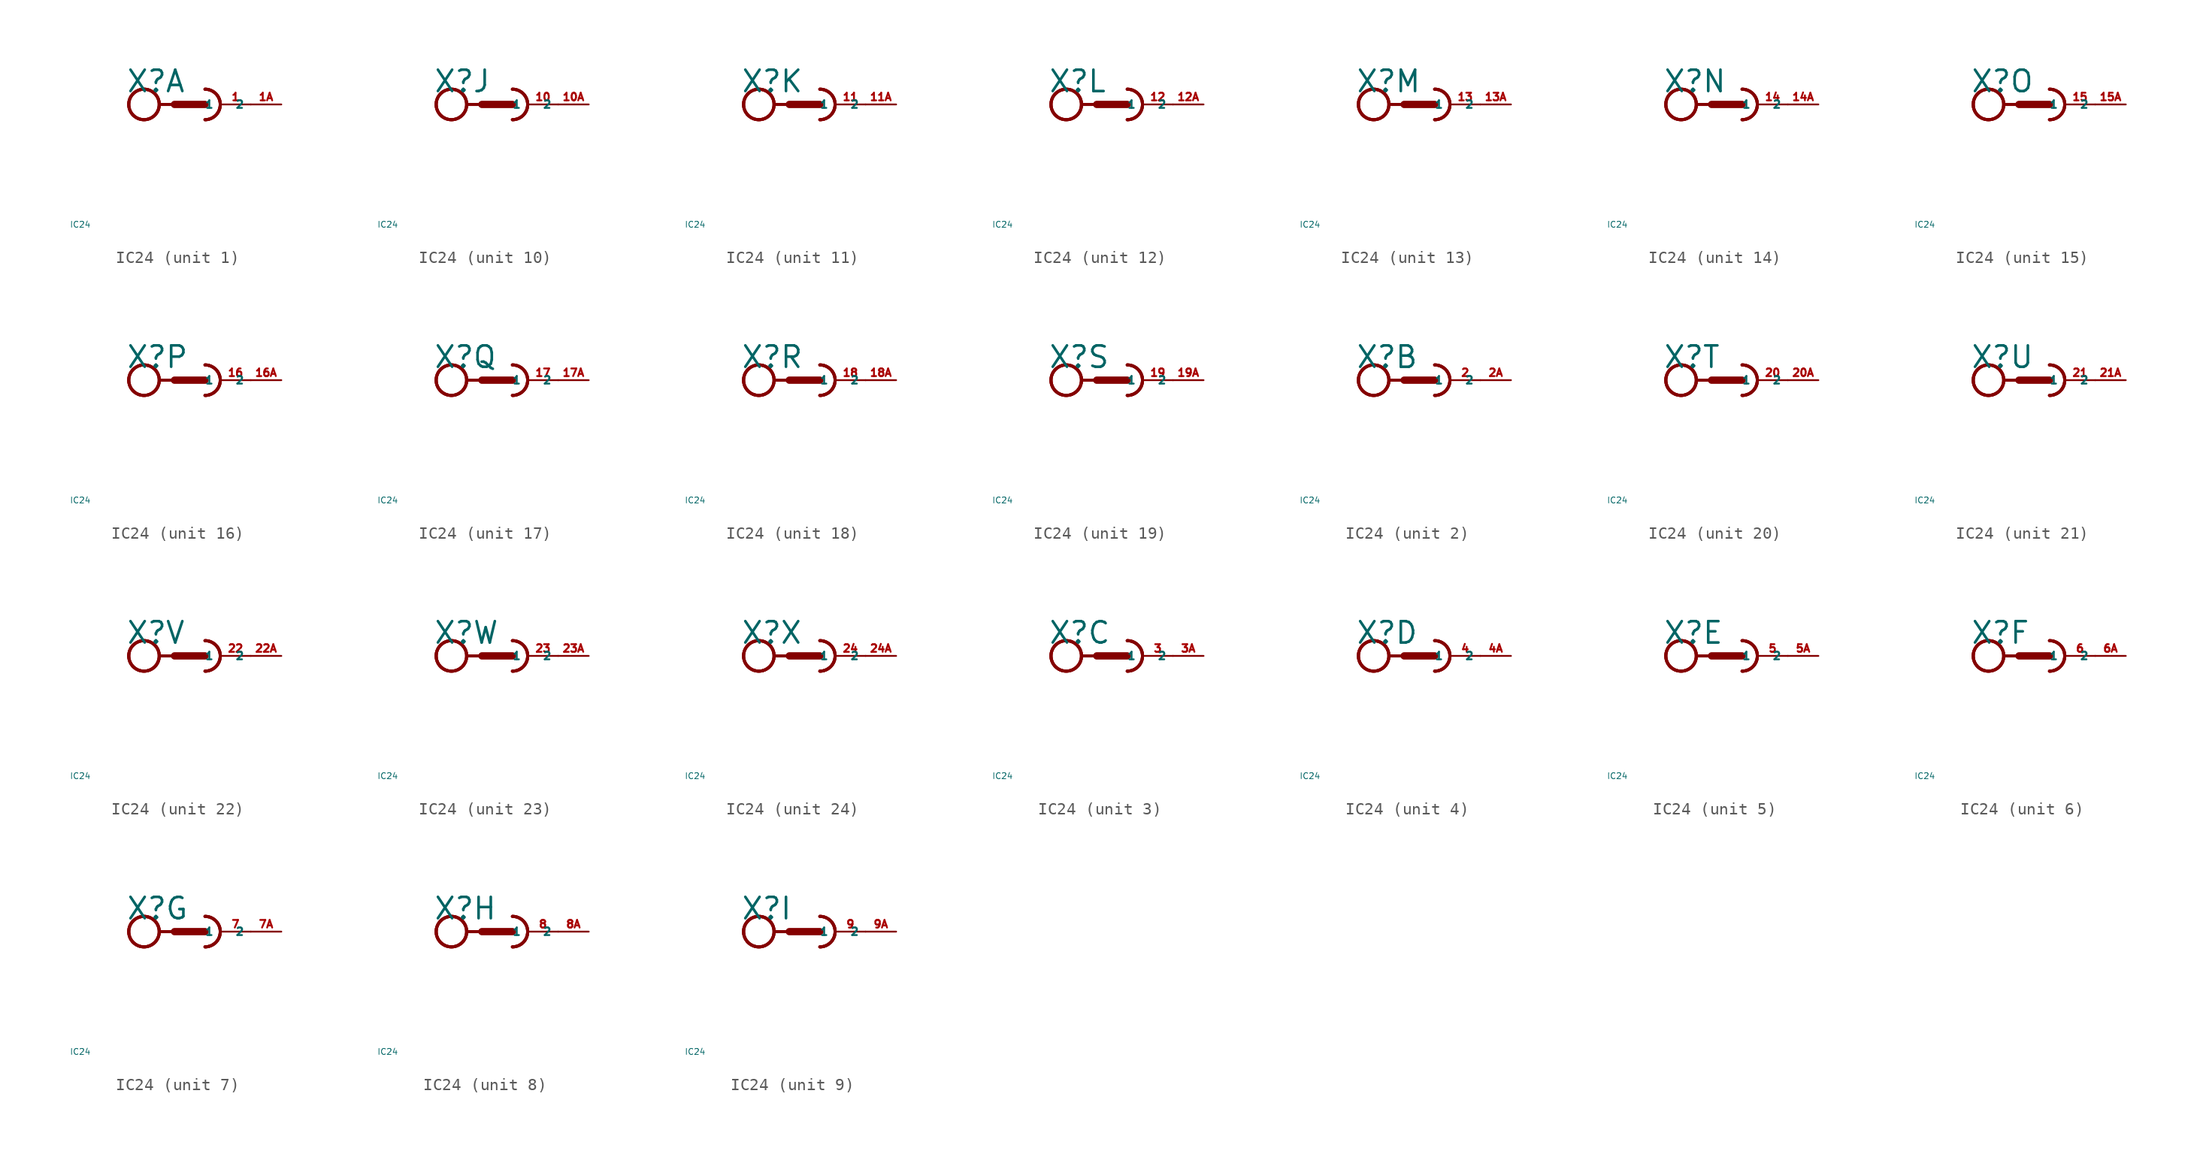
<source format=kicad_sym>
(kicad_symbol_lib
  (version 20220914)
  (generator Eagle2Kicad)
  (symbol "IC24"
    (property "Reference" "X"
      (at -5.334 0.889 0)
      (effects (font (size 1.778 1.778) (thickness 0.22)) (justify left bottom)))
    (property "Value" "IC24"
      (at -10 -10 0)
      (effects (font (size 0.5 0.5) (thickness 0.06)) (justify left)))
    (symbol "IC24_1_0"
      (arc (start 1.27 -1.27) (mid 2.540 0.000) (end 1.27 1.27) (stroke (width 0.254) (type default)) (fill (type none)))
      (arc (start 1.27 -1.27) (mid 2.540 0.000) (end 1.27 1.27) (stroke (width 0.254) (type default)) (fill (type none)))
      (polyline (pts (xy -2.54 0) (xy -1.27 0)) (stroke (width 0.254) (type default)) (fill (type none)))
      (polyline (pts (xy -1.27 0) (xy 1.27 0)) (stroke (width 0.61) (type default)) (fill (type none)))
      (arc (start 1.27 -1.27) (mid 2.540 0.000) (end 1.27 1.27) (stroke (width 0.254) (type default)) (fill (type none)))
      (circle (center -3.81 0) (radius 1.27) (stroke (width 0.254) (type default)) (fill (type none)))
      (circle (center -3.81 0) (radius 1.27) (stroke (width 0.254) (type default)) (fill (type none)))
      (circle (center -3.81 0) (radius 1.27) (stroke (width 0.254) (type default)) (fill (type none)))
      (pin passive line (at 5.08 0 180) (length 2.54) (name "1" (effects (font (size 0.635 0.635) (thickness 0.08)) (justify left bottom))) (number "1" (effects (font (size 0.635 0.635) (thickness 0.08)) (justify left bottom))))
      (pin passive line (at 7.62 0 180) (length 2.54) (name "2" (effects (font (size 0.635 0.635) (thickness 0.08)) (justify left bottom))) (number "1A" (effects (font (size 0.635 0.635) (thickness 0.08)) (justify left bottom)))))
    (symbol "IC24_2_0"
      (arc (start 1.27 -1.27) (mid 2.540 0.000) (end 1.27 1.27) (stroke (width 0.254) (type default)) (fill (type none)))
      (arc (start 1.27 -1.27) (mid 2.540 0.000) (end 1.27 1.27) (stroke (width 0.254) (type default)) (fill (type none)))
      (polyline (pts (xy -2.54 0) (xy -1.27 0)) (stroke (width 0.254) (type default)) (fill (type none)))
      (polyline (pts (xy -1.27 0) (xy 1.27 0)) (stroke (width 0.61) (type default)) (fill (type none)))
      (arc (start 1.27 -1.27) (mid 2.540 0.000) (end 1.27 1.27) (stroke (width 0.254) (type default)) (fill (type none)))
      (circle (center -3.81 0) (radius 1.27) (stroke (width 0.254) (type default)) (fill (type none)))
      (circle (center -3.81 0) (radius 1.27) (stroke (width 0.254) (type default)) (fill (type none)))
      (circle (center -3.81 0) (radius 1.27) (stroke (width 0.254) (type default)) (fill (type none)))
      (pin passive line (at 5.08 0 180) (length 2.54) (name "1" (effects (font (size 0.635 0.635) (thickness 0.08)) (justify left bottom))) (number "2" (effects (font (size 0.635 0.635) (thickness 0.08)) (justify left bottom))))
      (pin passive line (at 7.62 0 180) (length 2.54) (name "2" (effects (font (size 0.635 0.635) (thickness 0.08)) (justify left bottom))) (number "2A" (effects (font (size 0.635 0.635) (thickness 0.08)) (justify left bottom)))))
    (symbol "IC24_3_0"
      (arc (start 1.27 -1.27) (mid 2.540 0.000) (end 1.27 1.27) (stroke (width 0.254) (type default)) (fill (type none)))
      (arc (start 1.27 -1.27) (mid 2.540 0.000) (end 1.27 1.27) (stroke (width 0.254) (type default)) (fill (type none)))
      (polyline (pts (xy -2.54 0) (xy -1.27 0)) (stroke (width 0.254) (type default)) (fill (type none)))
      (polyline (pts (xy -1.27 0) (xy 1.27 0)) (stroke (width 0.61) (type default)) (fill (type none)))
      (arc (start 1.27 -1.27) (mid 2.540 0.000) (end 1.27 1.27) (stroke (width 0.254) (type default)) (fill (type none)))
      (circle (center -3.81 0) (radius 1.27) (stroke (width 0.254) (type default)) (fill (type none)))
      (circle (center -3.81 0) (radius 1.27) (stroke (width 0.254) (type default)) (fill (type none)))
      (circle (center -3.81 0) (radius 1.27) (stroke (width 0.254) (type default)) (fill (type none)))
      (pin passive line (at 5.08 0 180) (length 2.54) (name "1" (effects (font (size 0.635 0.635) (thickness 0.08)) (justify left bottom))) (number "3" (effects (font (size 0.635 0.635) (thickness 0.08)) (justify left bottom))))
      (pin passive line (at 7.62 0 180) (length 2.54) (name "2" (effects (font (size 0.635 0.635) (thickness 0.08)) (justify left bottom))) (number "3A" (effects (font (size 0.635 0.635) (thickness 0.08)) (justify left bottom)))))
    (symbol "IC24_4_0"
      (arc (start 1.27 -1.27) (mid 2.540 0.000) (end 1.27 1.27) (stroke (width 0.254) (type default)) (fill (type none)))
      (arc (start 1.27 -1.27) (mid 2.540 0.000) (end 1.27 1.27) (stroke (width 0.254) (type default)) (fill (type none)))
      (polyline (pts (xy -2.54 0) (xy -1.27 0)) (stroke (width 0.254) (type default)) (fill (type none)))
      (polyline (pts (xy -1.27 0) (xy 1.27 0)) (stroke (width 0.61) (type default)) (fill (type none)))
      (arc (start 1.27 -1.27) (mid 2.540 0.000) (end 1.27 1.27) (stroke (width 0.254) (type default)) (fill (type none)))
      (circle (center -3.81 0) (radius 1.27) (stroke (width 0.254) (type default)) (fill (type none)))
      (circle (center -3.81 0) (radius 1.27) (stroke (width 0.254) (type default)) (fill (type none)))
      (circle (center -3.81 0) (radius 1.27) (stroke (width 0.254) (type default)) (fill (type none)))
      (pin passive line (at 5.08 0 180) (length 2.54) (name "1" (effects (font (size 0.635 0.635) (thickness 0.08)) (justify left bottom))) (number "4" (effects (font (size 0.635 0.635) (thickness 0.08)) (justify left bottom))))
      (pin passive line (at 7.62 0 180) (length 2.54) (name "2" (effects (font (size 0.635 0.635) (thickness 0.08)) (justify left bottom))) (number "4A" (effects (font (size 0.635 0.635) (thickness 0.08)) (justify left bottom)))))
    (symbol "IC24_5_0"
      (arc (start 1.27 -1.27) (mid 2.540 0.000) (end 1.27 1.27) (stroke (width 0.254) (type default)) (fill (type none)))
      (arc (start 1.27 -1.27) (mid 2.540 0.000) (end 1.27 1.27) (stroke (width 0.254) (type default)) (fill (type none)))
      (polyline (pts (xy -2.54 0) (xy -1.27 0)) (stroke (width 0.254) (type default)) (fill (type none)))
      (polyline (pts (xy -1.27 0) (xy 1.27 0)) (stroke (width 0.61) (type default)) (fill (type none)))
      (arc (start 1.27 -1.27) (mid 2.540 0.000) (end 1.27 1.27) (stroke (width 0.254) (type default)) (fill (type none)))
      (circle (center -3.81 0) (radius 1.27) (stroke (width 0.254) (type default)) (fill (type none)))
      (circle (center -3.81 0) (radius 1.27) (stroke (width 0.254) (type default)) (fill (type none)))
      (circle (center -3.81 0) (radius 1.27) (stroke (width 0.254) (type default)) (fill (type none)))
      (pin passive line (at 5.08 0 180) (length 2.54) (name "1" (effects (font (size 0.635 0.635) (thickness 0.08)) (justify left bottom))) (number "5" (effects (font (size 0.635 0.635) (thickness 0.08)) (justify left bottom))))
      (pin passive line (at 7.62 0 180) (length 2.54) (name "2" (effects (font (size 0.635 0.635) (thickness 0.08)) (justify left bottom))) (number "5A" (effects (font (size 0.635 0.635) (thickness 0.08)) (justify left bottom)))))
    (symbol "IC24_6_0"
      (arc (start 1.27 -1.27) (mid 2.540 0.000) (end 1.27 1.27) (stroke (width 0.254) (type default)) (fill (type none)))
      (arc (start 1.27 -1.27) (mid 2.540 0.000) (end 1.27 1.27) (stroke (width 0.254) (type default)) (fill (type none)))
      (polyline (pts (xy -2.54 0) (xy -1.27 0)) (stroke (width 0.254) (type default)) (fill (type none)))
      (polyline (pts (xy -1.27 0) (xy 1.27 0)) (stroke (width 0.61) (type default)) (fill (type none)))
      (arc (start 1.27 -1.27) (mid 2.540 0.000) (end 1.27 1.27) (stroke (width 0.254) (type default)) (fill (type none)))
      (circle (center -3.81 0) (radius 1.27) (stroke (width 0.254) (type default)) (fill (type none)))
      (circle (center -3.81 0) (radius 1.27) (stroke (width 0.254) (type default)) (fill (type none)))
      (circle (center -3.81 0) (radius 1.27) (stroke (width 0.254) (type default)) (fill (type none)))
      (pin passive line (at 5.08 0 180) (length 2.54) (name "1" (effects (font (size 0.635 0.635) (thickness 0.08)) (justify left bottom))) (number "6" (effects (font (size 0.635 0.635) (thickness 0.08)) (justify left bottom))))
      (pin passive line (at 7.62 0 180) (length 2.54) (name "2" (effects (font (size 0.635 0.635) (thickness 0.08)) (justify left bottom))) (number "6A" (effects (font (size 0.635 0.635) (thickness 0.08)) (justify left bottom)))))
    (symbol "IC24_7_0"
      (arc (start 1.27 -1.27) (mid 2.540 0.000) (end 1.27 1.27) (stroke (width 0.254) (type default)) (fill (type none)))
      (arc (start 1.27 -1.27) (mid 2.540 0.000) (end 1.27 1.27) (stroke (width 0.254) (type default)) (fill (type none)))
      (polyline (pts (xy -2.54 0) (xy -1.27 0)) (stroke (width 0.254) (type default)) (fill (type none)))
      (polyline (pts (xy -1.27 0) (xy 1.27 0)) (stroke (width 0.61) (type default)) (fill (type none)))
      (arc (start 1.27 -1.27) (mid 2.540 0.000) (end 1.27 1.27) (stroke (width 0.254) (type default)) (fill (type none)))
      (circle (center -3.81 0) (radius 1.27) (stroke (width 0.254) (type default)) (fill (type none)))
      (circle (center -3.81 0) (radius 1.27) (stroke (width 0.254) (type default)) (fill (type none)))
      (circle (center -3.81 0) (radius 1.27) (stroke (width 0.254) (type default)) (fill (type none)))
      (pin passive line (at 5.08 0 180) (length 2.54) (name "1" (effects (font (size 0.635 0.635) (thickness 0.08)) (justify left bottom))) (number "7" (effects (font (size 0.635 0.635) (thickness 0.08)) (justify left bottom))))
      (pin passive line (at 7.62 0 180) (length 2.54) (name "2" (effects (font (size 0.635 0.635) (thickness 0.08)) (justify left bottom))) (number "7A" (effects (font (size 0.635 0.635) (thickness 0.08)) (justify left bottom)))))
    (symbol "IC24_8_0"
      (arc (start 1.27 -1.27) (mid 2.540 0.000) (end 1.27 1.27) (stroke (width 0.254) (type default)) (fill (type none)))
      (arc (start 1.27 -1.27) (mid 2.540 0.000) (end 1.27 1.27) (stroke (width 0.254) (type default)) (fill (type none)))
      (polyline (pts (xy -2.54 0) (xy -1.27 0)) (stroke (width 0.254) (type default)) (fill (type none)))
      (polyline (pts (xy -1.27 0) (xy 1.27 0)) (stroke (width 0.61) (type default)) (fill (type none)))
      (arc (start 1.27 -1.27) (mid 2.540 0.000) (end 1.27 1.27) (stroke (width 0.254) (type default)) (fill (type none)))
      (circle (center -3.81 0) (radius 1.27) (stroke (width 0.254) (type default)) (fill (type none)))
      (circle (center -3.81 0) (radius 1.27) (stroke (width 0.254) (type default)) (fill (type none)))
      (circle (center -3.81 0) (radius 1.27) (stroke (width 0.254) (type default)) (fill (type none)))
      (pin passive line (at 5.08 0 180) (length 2.54) (name "1" (effects (font (size 0.635 0.635) (thickness 0.08)) (justify left bottom))) (number "8" (effects (font (size 0.635 0.635) (thickness 0.08)) (justify left bottom))))
      (pin passive line (at 7.62 0 180) (length 2.54) (name "2" (effects (font (size 0.635 0.635) (thickness 0.08)) (justify left bottom))) (number "8A" (effects (font (size 0.635 0.635) (thickness 0.08)) (justify left bottom)))))
    (symbol "IC24_9_0"
      (arc (start 1.27 -1.27) (mid 2.540 0.000) (end 1.27 1.27) (stroke (width 0.254) (type default)) (fill (type none)))
      (arc (start 1.27 -1.27) (mid 2.540 0.000) (end 1.27 1.27) (stroke (width 0.254) (type default)) (fill (type none)))
      (polyline (pts (xy -2.54 0) (xy -1.27 0)) (stroke (width 0.254) (type default)) (fill (type none)))
      (polyline (pts (xy -1.27 0) (xy 1.27 0)) (stroke (width 0.61) (type default)) (fill (type none)))
      (arc (start 1.27 -1.27) (mid 2.540 0.000) (end 1.27 1.27) (stroke (width 0.254) (type default)) (fill (type none)))
      (circle (center -3.81 0) (radius 1.27) (stroke (width 0.254) (type default)) (fill (type none)))
      (circle (center -3.81 0) (radius 1.27) (stroke (width 0.254) (type default)) (fill (type none)))
      (circle (center -3.81 0) (radius 1.27) (stroke (width 0.254) (type default)) (fill (type none)))
      (pin passive line (at 5.08 0 180) (length 2.54) (name "1" (effects (font (size 0.635 0.635) (thickness 0.08)) (justify left bottom))) (number "9" (effects (font (size 0.635 0.635) (thickness 0.08)) (justify left bottom))))
      (pin passive line (at 7.62 0 180) (length 2.54) (name "2" (effects (font (size 0.635 0.635) (thickness 0.08)) (justify left bottom))) (number "9A" (effects (font (size 0.635 0.635) (thickness 0.08)) (justify left bottom)))))
    (symbol "IC24_10_0"
      (arc (start 1.27 -1.27) (mid 2.540 0.000) (end 1.27 1.27) (stroke (width 0.254) (type default)) (fill (type none)))
      (arc (start 1.27 -1.27) (mid 2.540 0.000) (end 1.27 1.27) (stroke (width 0.254) (type default)) (fill (type none)))
      (polyline (pts (xy -2.54 0) (xy -1.27 0)) (stroke (width 0.254) (type default)) (fill (type none)))
      (polyline (pts (xy -1.27 0) (xy 1.27 0)) (stroke (width 0.61) (type default)) (fill (type none)))
      (arc (start 1.27 -1.27) (mid 2.540 0.000) (end 1.27 1.27) (stroke (width 0.254) (type default)) (fill (type none)))
      (circle (center -3.81 0) (radius 1.27) (stroke (width 0.254) (type default)) (fill (type none)))
      (circle (center -3.81 0) (radius 1.27) (stroke (width 0.254) (type default)) (fill (type none)))
      (circle (center -3.81 0) (radius 1.27) (stroke (width 0.254) (type default)) (fill (type none)))
      (pin passive line (at 5.08 0 180) (length 2.54) (name "1" (effects (font (size 0.635 0.635) (thickness 0.08)) (justify left bottom))) (number "10" (effects (font (size 0.635 0.635) (thickness 0.08)) (justify left bottom))))
      (pin passive line (at 7.62 0 180) (length 2.54) (name "2" (effects (font (size 0.635 0.635) (thickness 0.08)) (justify left bottom))) (number "10A" (effects (font (size 0.635 0.635) (thickness 0.08)) (justify left bottom)))))
    (symbol "IC24_11_0"
      (arc (start 1.27 -1.27) (mid 2.540 0.000) (end 1.27 1.27) (stroke (width 0.254) (type default)) (fill (type none)))
      (arc (start 1.27 -1.27) (mid 2.540 0.000) (end 1.27 1.27) (stroke (width 0.254) (type default)) (fill (type none)))
      (polyline (pts (xy -2.54 0) (xy -1.27 0)) (stroke (width 0.254) (type default)) (fill (type none)))
      (polyline (pts (xy -1.27 0) (xy 1.27 0)) (stroke (width 0.61) (type default)) (fill (type none)))
      (arc (start 1.27 -1.27) (mid 2.540 0.000) (end 1.27 1.27) (stroke (width 0.254) (type default)) (fill (type none)))
      (circle (center -3.81 0) (radius 1.27) (stroke (width 0.254) (type default)) (fill (type none)))
      (circle (center -3.81 0) (radius 1.27) (stroke (width 0.254) (type default)) (fill (type none)))
      (circle (center -3.81 0) (radius 1.27) (stroke (width 0.254) (type default)) (fill (type none)))
      (pin passive line (at 5.08 0 180) (length 2.54) (name "1" (effects (font (size 0.635 0.635) (thickness 0.08)) (justify left bottom))) (number "11" (effects (font (size 0.635 0.635) (thickness 0.08)) (justify left bottom))))
      (pin passive line (at 7.62 0 180) (length 2.54) (name "2" (effects (font (size 0.635 0.635) (thickness 0.08)) (justify left bottom))) (number "11A" (effects (font (size 0.635 0.635) (thickness 0.08)) (justify left bottom)))))
    (symbol "IC24_12_0"
      (arc (start 1.27 -1.27) (mid 2.540 0.000) (end 1.27 1.27) (stroke (width 0.254) (type default)) (fill (type none)))
      (arc (start 1.27 -1.27) (mid 2.540 0.000) (end 1.27 1.27) (stroke (width 0.254) (type default)) (fill (type none)))
      (polyline (pts (xy -2.54 0) (xy -1.27 0)) (stroke (width 0.254) (type default)) (fill (type none)))
      (polyline (pts (xy -1.27 0) (xy 1.27 0)) (stroke (width 0.61) (type default)) (fill (type none)))
      (arc (start 1.27 -1.27) (mid 2.540 0.000) (end 1.27 1.27) (stroke (width 0.254) (type default)) (fill (type none)))
      (circle (center -3.81 0) (radius 1.27) (stroke (width 0.254) (type default)) (fill (type none)))
      (circle (center -3.81 0) (radius 1.27) (stroke (width 0.254) (type default)) (fill (type none)))
      (circle (center -3.81 0) (radius 1.27) (stroke (width 0.254) (type default)) (fill (type none)))
      (pin passive line (at 5.08 0 180) (length 2.54) (name "1" (effects (font (size 0.635 0.635) (thickness 0.08)) (justify left bottom))) (number "12" (effects (font (size 0.635 0.635) (thickness 0.08)) (justify left bottom))))
      (pin passive line (at 7.62 0 180) (length 2.54) (name "2" (effects (font (size 0.635 0.635) (thickness 0.08)) (justify left bottom))) (number "12A" (effects (font (size 0.635 0.635) (thickness 0.08)) (justify left bottom)))))
    (symbol "IC24_13_0"
      (arc (start 1.27 -1.27) (mid 2.540 0.000) (end 1.27 1.27) (stroke (width 0.254) (type default)) (fill (type none)))
      (arc (start 1.27 -1.27) (mid 2.540 0.000) (end 1.27 1.27) (stroke (width 0.254) (type default)) (fill (type none)))
      (polyline (pts (xy -2.54 0) (xy -1.27 0)) (stroke (width 0.254) (type default)) (fill (type none)))
      (polyline (pts (xy -1.27 0) (xy 1.27 0)) (stroke (width 0.61) (type default)) (fill (type none)))
      (arc (start 1.27 -1.27) (mid 2.540 0.000) (end 1.27 1.27) (stroke (width 0.254) (type default)) (fill (type none)))
      (circle (center -3.81 0) (radius 1.27) (stroke (width 0.254) (type default)) (fill (type none)))
      (circle (center -3.81 0) (radius 1.27) (stroke (width 0.254) (type default)) (fill (type none)))
      (circle (center -3.81 0) (radius 1.27) (stroke (width 0.254) (type default)) (fill (type none)))
      (pin passive line (at 5.08 0 180) (length 2.54) (name "1" (effects (font (size 0.635 0.635) (thickness 0.08)) (justify left bottom))) (number "13" (effects (font (size 0.635 0.635) (thickness 0.08)) (justify left bottom))))
      (pin passive line (at 7.62 0 180) (length 2.54) (name "2" (effects (font (size 0.635 0.635) (thickness 0.08)) (justify left bottom))) (number "13A" (effects (font (size 0.635 0.635) (thickness 0.08)) (justify left bottom)))))
    (symbol "IC24_14_0"
      (arc (start 1.27 -1.27) (mid 2.540 0.000) (end 1.27 1.27) (stroke (width 0.254) (type default)) (fill (type none)))
      (arc (start 1.27 -1.27) (mid 2.540 0.000) (end 1.27 1.27) (stroke (width 0.254) (type default)) (fill (type none)))
      (polyline (pts (xy -2.54 0) (xy -1.27 0)) (stroke (width 0.254) (type default)) (fill (type none)))
      (polyline (pts (xy -1.27 0) (xy 1.27 0)) (stroke (width 0.61) (type default)) (fill (type none)))
      (arc (start 1.27 -1.27) (mid 2.540 0.000) (end 1.27 1.27) (stroke (width 0.254) (type default)) (fill (type none)))
      (circle (center -3.81 0) (radius 1.27) (stroke (width 0.254) (type default)) (fill (type none)))
      (circle (center -3.81 0) (radius 1.27) (stroke (width 0.254) (type default)) (fill (type none)))
      (circle (center -3.81 0) (radius 1.27) (stroke (width 0.254) (type default)) (fill (type none)))
      (pin passive line (at 5.08 0 180) (length 2.54) (name "1" (effects (font (size 0.635 0.635) (thickness 0.08)) (justify left bottom))) (number "14" (effects (font (size 0.635 0.635) (thickness 0.08)) (justify left bottom))))
      (pin passive line (at 7.62 0 180) (length 2.54) (name "2" (effects (font (size 0.635 0.635) (thickness 0.08)) (justify left bottom))) (number "14A" (effects (font (size 0.635 0.635) (thickness 0.08)) (justify left bottom)))))
    (symbol "IC24_15_0"
      (arc (start 1.27 -1.27) (mid 2.540 0.000) (end 1.27 1.27) (stroke (width 0.254) (type default)) (fill (type none)))
      (arc (start 1.27 -1.27) (mid 2.540 0.000) (end 1.27 1.27) (stroke (width 0.254) (type default)) (fill (type none)))
      (polyline (pts (xy -2.54 0) (xy -1.27 0)) (stroke (width 0.254) (type default)) (fill (type none)))
      (polyline (pts (xy -1.27 0) (xy 1.27 0)) (stroke (width 0.61) (type default)) (fill (type none)))
      (arc (start 1.27 -1.27) (mid 2.540 0.000) (end 1.27 1.27) (stroke (width 0.254) (type default)) (fill (type none)))
      (circle (center -3.81 0) (radius 1.27) (stroke (width 0.254) (type default)) (fill (type none)))
      (circle (center -3.81 0) (radius 1.27) (stroke (width 0.254) (type default)) (fill (type none)))
      (circle (center -3.81 0) (radius 1.27) (stroke (width 0.254) (type default)) (fill (type none)))
      (pin passive line (at 5.08 0 180) (length 2.54) (name "1" (effects (font (size 0.635 0.635) (thickness 0.08)) (justify left bottom))) (number "15" (effects (font (size 0.635 0.635) (thickness 0.08)) (justify left bottom))))
      (pin passive line (at 7.62 0 180) (length 2.54) (name "2" (effects (font (size 0.635 0.635) (thickness 0.08)) (justify left bottom))) (number "15A" (effects (font (size 0.635 0.635) (thickness 0.08)) (justify left bottom)))))
    (symbol "IC24_16_0"
      (arc (start 1.27 -1.27) (mid 2.540 0.000) (end 1.27 1.27) (stroke (width 0.254) (type default)) (fill (type none)))
      (arc (start 1.27 -1.27) (mid 2.540 0.000) (end 1.27 1.27) (stroke (width 0.254) (type default)) (fill (type none)))
      (polyline (pts (xy -2.54 0) (xy -1.27 0)) (stroke (width 0.254) (type default)) (fill (type none)))
      (polyline (pts (xy -1.27 0) (xy 1.27 0)) (stroke (width 0.61) (type default)) (fill (type none)))
      (arc (start 1.27 -1.27) (mid 2.540 0.000) (end 1.27 1.27) (stroke (width 0.254) (type default)) (fill (type none)))
      (circle (center -3.81 0) (radius 1.27) (stroke (width 0.254) (type default)) (fill (type none)))
      (circle (center -3.81 0) (radius 1.27) (stroke (width 0.254) (type default)) (fill (type none)))
      (circle (center -3.81 0) (radius 1.27) (stroke (width 0.254) (type default)) (fill (type none)))
      (pin passive line (at 5.08 0 180) (length 2.54) (name "1" (effects (font (size 0.635 0.635) (thickness 0.08)) (justify left bottom))) (number "16" (effects (font (size 0.635 0.635) (thickness 0.08)) (justify left bottom))))
      (pin passive line (at 7.62 0 180) (length 2.54) (name "2" (effects (font (size 0.635 0.635) (thickness 0.08)) (justify left bottom))) (number "16A" (effects (font (size 0.635 0.635) (thickness 0.08)) (justify left bottom)))))
    (symbol "IC24_17_0"
      (arc (start 1.27 -1.27) (mid 2.540 0.000) (end 1.27 1.27) (stroke (width 0.254) (type default)) (fill (type none)))
      (arc (start 1.27 -1.27) (mid 2.540 0.000) (end 1.27 1.27) (stroke (width 0.254) (type default)) (fill (type none)))
      (polyline (pts (xy -2.54 0) (xy -1.27 0)) (stroke (width 0.254) (type default)) (fill (type none)))
      (polyline (pts (xy -1.27 0) (xy 1.27 0)) (stroke (width 0.61) (type default)) (fill (type none)))
      (arc (start 1.27 -1.27) (mid 2.540 0.000) (end 1.27 1.27) (stroke (width 0.254) (type default)) (fill (type none)))
      (circle (center -3.81 0) (radius 1.27) (stroke (width 0.254) (type default)) (fill (type none)))
      (circle (center -3.81 0) (radius 1.27) (stroke (width 0.254) (type default)) (fill (type none)))
      (circle (center -3.81 0) (radius 1.27) (stroke (width 0.254) (type default)) (fill (type none)))
      (pin passive line (at 5.08 0 180) (length 2.54) (name "1" (effects (font (size 0.635 0.635) (thickness 0.08)) (justify left bottom))) (number "17" (effects (font (size 0.635 0.635) (thickness 0.08)) (justify left bottom))))
      (pin passive line (at 7.62 0 180) (length 2.54) (name "2" (effects (font (size 0.635 0.635) (thickness 0.08)) (justify left bottom))) (number "17A" (effects (font (size 0.635 0.635) (thickness 0.08)) (justify left bottom)))))
    (symbol "IC24_18_0"
      (arc (start 1.27 -1.27) (mid 2.540 0.000) (end 1.27 1.27) (stroke (width 0.254) (type default)) (fill (type none)))
      (arc (start 1.27 -1.27) (mid 2.540 0.000) (end 1.27 1.27) (stroke (width 0.254) (type default)) (fill (type none)))
      (polyline (pts (xy -2.54 0) (xy -1.27 0)) (stroke (width 0.254) (type default)) (fill (type none)))
      (polyline (pts (xy -1.27 0) (xy 1.27 0)) (stroke (width 0.61) (type default)) (fill (type none)))
      (arc (start 1.27 -1.27) (mid 2.540 0.000) (end 1.27 1.27) (stroke (width 0.254) (type default)) (fill (type none)))
      (circle (center -3.81 0) (radius 1.27) (stroke (width 0.254) (type default)) (fill (type none)))
      (circle (center -3.81 0) (radius 1.27) (stroke (width 0.254) (type default)) (fill (type none)))
      (circle (center -3.81 0) (radius 1.27) (stroke (width 0.254) (type default)) (fill (type none)))
      (pin passive line (at 5.08 0 180) (length 2.54) (name "1" (effects (font (size 0.635 0.635) (thickness 0.08)) (justify left bottom))) (number "18" (effects (font (size 0.635 0.635) (thickness 0.08)) (justify left bottom))))
      (pin passive line (at 7.62 0 180) (length 2.54) (name "2" (effects (font (size 0.635 0.635) (thickness 0.08)) (justify left bottom))) (number "18A" (effects (font (size 0.635 0.635) (thickness 0.08)) (justify left bottom)))))
    (symbol "IC24_19_0"
      (arc (start 1.27 -1.27) (mid 2.540 0.000) (end 1.27 1.27) (stroke (width 0.254) (type default)) (fill (type none)))
      (arc (start 1.27 -1.27) (mid 2.540 0.000) (end 1.27 1.27) (stroke (width 0.254) (type default)) (fill (type none)))
      (polyline (pts (xy -2.54 0) (xy -1.27 0)) (stroke (width 0.254) (type default)) (fill (type none)))
      (polyline (pts (xy -1.27 0) (xy 1.27 0)) (stroke (width 0.61) (type default)) (fill (type none)))
      (arc (start 1.27 -1.27) (mid 2.540 0.000) (end 1.27 1.27) (stroke (width 0.254) (type default)) (fill (type none)))
      (circle (center -3.81 0) (radius 1.27) (stroke (width 0.254) (type default)) (fill (type none)))
      (circle (center -3.81 0) (radius 1.27) (stroke (width 0.254) (type default)) (fill (type none)))
      (circle (center -3.81 0) (radius 1.27) (stroke (width 0.254) (type default)) (fill (type none)))
      (pin passive line (at 5.08 0 180) (length 2.54) (name "1" (effects (font (size 0.635 0.635) (thickness 0.08)) (justify left bottom))) (number "19" (effects (font (size 0.635 0.635) (thickness 0.08)) (justify left bottom))))
      (pin passive line (at 7.62 0 180) (length 2.54) (name "2" (effects (font (size 0.635 0.635) (thickness 0.08)) (justify left bottom))) (number "19A" (effects (font (size 0.635 0.635) (thickness 0.08)) (justify left bottom)))))
    (symbol "IC24_20_0"
      (arc (start 1.27 -1.27) (mid 2.540 0.000) (end 1.27 1.27) (stroke (width 0.254) (type default)) (fill (type none)))
      (arc (start 1.27 -1.27) (mid 2.540 0.000) (end 1.27 1.27) (stroke (width 0.254) (type default)) (fill (type none)))
      (polyline (pts (xy -2.54 0) (xy -1.27 0)) (stroke (width 0.254) (type default)) (fill (type none)))
      (polyline (pts (xy -1.27 0) (xy 1.27 0)) (stroke (width 0.61) (type default)) (fill (type none)))
      (arc (start 1.27 -1.27) (mid 2.540 0.000) (end 1.27 1.27) (stroke (width 0.254) (type default)) (fill (type none)))
      (circle (center -3.81 0) (radius 1.27) (stroke (width 0.254) (type default)) (fill (type none)))
      (circle (center -3.81 0) (radius 1.27) (stroke (width 0.254) (type default)) (fill (type none)))
      (circle (center -3.81 0) (radius 1.27) (stroke (width 0.254) (type default)) (fill (type none)))
      (pin passive line (at 5.08 0 180) (length 2.54) (name "1" (effects (font (size 0.635 0.635) (thickness 0.08)) (justify left bottom))) (number "20" (effects (font (size 0.635 0.635) (thickness 0.08)) (justify left bottom))))
      (pin passive line (at 7.62 0 180) (length 2.54) (name "2" (effects (font (size 0.635 0.635) (thickness 0.08)) (justify left bottom))) (number "20A" (effects (font (size 0.635 0.635) (thickness 0.08)) (justify left bottom)))))
    (symbol "IC24_21_0"
      (arc (start 1.27 -1.27) (mid 2.540 0.000) (end 1.27 1.27) (stroke (width 0.254) (type default)) (fill (type none)))
      (arc (start 1.27 -1.27) (mid 2.540 0.000) (end 1.27 1.27) (stroke (width 0.254) (type default)) (fill (type none)))
      (polyline (pts (xy -2.54 0) (xy -1.27 0)) (stroke (width 0.254) (type default)) (fill (type none)))
      (polyline (pts (xy -1.27 0) (xy 1.27 0)) (stroke (width 0.61) (type default)) (fill (type none)))
      (arc (start 1.27 -1.27) (mid 2.540 0.000) (end 1.27 1.27) (stroke (width 0.254) (type default)) (fill (type none)))
      (circle (center -3.81 0) (radius 1.27) (stroke (width 0.254) (type default)) (fill (type none)))
      (circle (center -3.81 0) (radius 1.27) (stroke (width 0.254) (type default)) (fill (type none)))
      (circle (center -3.81 0) (radius 1.27) (stroke (width 0.254) (type default)) (fill (type none)))
      (pin passive line (at 5.08 0 180) (length 2.54) (name "1" (effects (font (size 0.635 0.635) (thickness 0.08)) (justify left bottom))) (number "21" (effects (font (size 0.635 0.635) (thickness 0.08)) (justify left bottom))))
      (pin passive line (at 7.62 0 180) (length 2.54) (name "2" (effects (font (size 0.635 0.635) (thickness 0.08)) (justify left bottom))) (number "21A" (effects (font (size 0.635 0.635) (thickness 0.08)) (justify left bottom)))))
    (symbol "IC24_22_0"
      (arc (start 1.27 -1.27) (mid 2.540 0.000) (end 1.27 1.27) (stroke (width 0.254) (type default)) (fill (type none)))
      (arc (start 1.27 -1.27) (mid 2.540 0.000) (end 1.27 1.27) (stroke (width 0.254) (type default)) (fill (type none)))
      (polyline (pts (xy -2.54 0) (xy -1.27 0)) (stroke (width 0.254) (type default)) (fill (type none)))
      (polyline (pts (xy -1.27 0) (xy 1.27 0)) (stroke (width 0.61) (type default)) (fill (type none)))
      (arc (start 1.27 -1.27) (mid 2.540 0.000) (end 1.27 1.27) (stroke (width 0.254) (type default)) (fill (type none)))
      (circle (center -3.81 0) (radius 1.27) (stroke (width 0.254) (type default)) (fill (type none)))
      (circle (center -3.81 0) (radius 1.27) (stroke (width 0.254) (type default)) (fill (type none)))
      (circle (center -3.81 0) (radius 1.27) (stroke (width 0.254) (type default)) (fill (type none)))
      (pin passive line (at 5.08 0 180) (length 2.54) (name "1" (effects (font (size 0.635 0.635) (thickness 0.08)) (justify left bottom))) (number "22" (effects (font (size 0.635 0.635) (thickness 0.08)) (justify left bottom))))
      (pin passive line (at 7.62 0 180) (length 2.54) (name "2" (effects (font (size 0.635 0.635) (thickness 0.08)) (justify left bottom))) (number "22A" (effects (font (size 0.635 0.635) (thickness 0.08)) (justify left bottom)))))
    (symbol "IC24_23_0"
      (arc (start 1.27 -1.27) (mid 2.540 0.000) (end 1.27 1.27) (stroke (width 0.254) (type default)) (fill (type none)))
      (arc (start 1.27 -1.27) (mid 2.540 0.000) (end 1.27 1.27) (stroke (width 0.254) (type default)) (fill (type none)))
      (polyline (pts (xy -2.54 0) (xy -1.27 0)) (stroke (width 0.254) (type default)) (fill (type none)))
      (polyline (pts (xy -1.27 0) (xy 1.27 0)) (stroke (width 0.61) (type default)) (fill (type none)))
      (arc (start 1.27 -1.27) (mid 2.540 0.000) (end 1.27 1.27) (stroke (width 0.254) (type default)) (fill (type none)))
      (circle (center -3.81 0) (radius 1.27) (stroke (width 0.254) (type default)) (fill (type none)))
      (circle (center -3.81 0) (radius 1.27) (stroke (width 0.254) (type default)) (fill (type none)))
      (circle (center -3.81 0) (radius 1.27) (stroke (width 0.254) (type default)) (fill (type none)))
      (pin passive line (at 5.08 0 180) (length 2.54) (name "1" (effects (font (size 0.635 0.635) (thickness 0.08)) (justify left bottom))) (number "23" (effects (font (size 0.635 0.635) (thickness 0.08)) (justify left bottom))))
      (pin passive line (at 7.62 0 180) (length 2.54) (name "2" (effects (font (size 0.635 0.635) (thickness 0.08)) (justify left bottom))) (number "23A" (effects (font (size 0.635 0.635) (thickness 0.08)) (justify left bottom)))))
    (symbol "IC24_24_0"
      (arc (start 1.27 -1.27) (mid 2.540 0.000) (end 1.27 1.27) (stroke (width 0.254) (type default)) (fill (type none)))
      (arc (start 1.27 -1.27) (mid 2.540 0.000) (end 1.27 1.27) (stroke (width 0.254) (type default)) (fill (type none)))
      (polyline (pts (xy -2.54 0) (xy -1.27 0)) (stroke (width 0.254) (type default)) (fill (type none)))
      (polyline (pts (xy -1.27 0) (xy 1.27 0)) (stroke (width 0.61) (type default)) (fill (type none)))
      (arc (start 1.27 -1.27) (mid 2.540 0.000) (end 1.27 1.27) (stroke (width 0.254) (type default)) (fill (type none)))
      (circle (center -3.81 0) (radius 1.27) (stroke (width 0.254) (type default)) (fill (type none)))
      (circle (center -3.81 0) (radius 1.27) (stroke (width 0.254) (type default)) (fill (type none)))
      (circle (center -3.81 0) (radius 1.27) (stroke (width 0.254) (type default)) (fill (type none)))
      (pin passive line (at 5.08 0 180) (length 2.54) (name "1" (effects (font (size 0.635 0.635) (thickness 0.08)) (justify left bottom))) (number "24" (effects (font (size 0.635 0.635) (thickness 0.08)) (justify left bottom))))
      (pin passive line (at 7.62 0 180) (length 2.54) (name "2" (effects (font (size 0.635 0.635) (thickness 0.08)) (justify left bottom))) (number "24A" (effects (font (size 0.635 0.635) (thickness 0.08)) (justify left bottom)))))))
</source>
